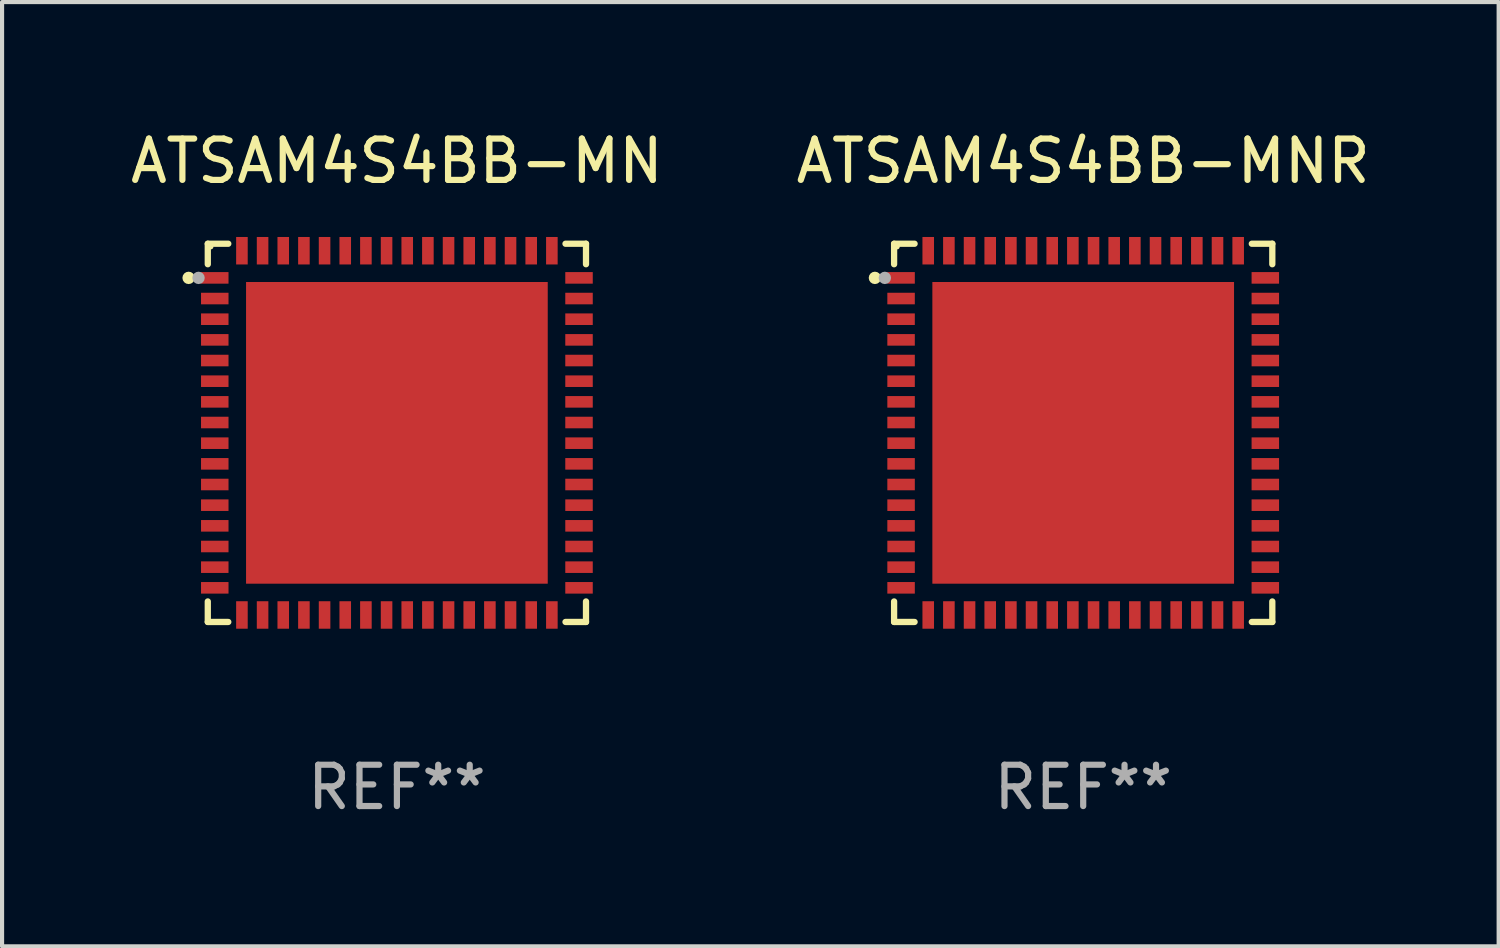
<source format=kicad_pcb>
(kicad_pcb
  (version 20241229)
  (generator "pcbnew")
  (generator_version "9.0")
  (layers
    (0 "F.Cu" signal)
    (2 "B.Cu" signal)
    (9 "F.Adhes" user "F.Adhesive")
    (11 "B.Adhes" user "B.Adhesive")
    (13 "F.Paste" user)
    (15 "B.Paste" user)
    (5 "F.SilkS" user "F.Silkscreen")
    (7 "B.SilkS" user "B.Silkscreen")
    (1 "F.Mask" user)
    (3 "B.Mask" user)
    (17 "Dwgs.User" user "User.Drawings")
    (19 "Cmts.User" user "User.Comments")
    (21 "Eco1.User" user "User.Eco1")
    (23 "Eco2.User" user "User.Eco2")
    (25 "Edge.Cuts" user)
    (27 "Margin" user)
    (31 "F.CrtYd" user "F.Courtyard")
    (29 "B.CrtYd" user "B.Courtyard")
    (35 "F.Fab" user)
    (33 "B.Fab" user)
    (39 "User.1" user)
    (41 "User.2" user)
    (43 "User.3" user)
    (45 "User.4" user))
  (footprint "ATSAM4S4BB-MNR"
    (layer "F.Cu")
    (at 23.161 7.424)
    (property "Reference" "ATSAM4S4BB-MNR" (at 0 -6.576 0) (layer "F.SilkS") (effects (font (size 1 1) (thickness 0.15))))
    (attr through_hole)
    (fp_line (start -4.576 -4.576) (end -4.576 -4.08) (stroke (width 0.152) (type solid)) (layer "F.SilkS"))
    (fp_line (start -4.576 4.576) (end -4.576 4.08) (stroke (width 0.152) (type solid)) (layer "F.SilkS"))
    (fp_line (start -4.08 -4.576) (end -4.576 -4.576) (stroke (width 0.152) (type solid)) (layer "F.SilkS"))
    (fp_line (start -4.08 4.576) (end -4.576 4.576) (stroke (width 0.152) (type solid)) (layer "F.SilkS"))
    (fp_line (start 4.08 -4.576) (end 4.576 -4.576) (stroke (width 0.152) (type solid)) (layer "F.SilkS"))
    (fp_line (start 4.08 4.576) (end 4.576 4.576) (stroke (width 0.152) (type solid)) (layer "F.SilkS"))
    (fp_line (start 4.576 -4.576) (end 4.576 -4.08) (stroke (width 0.152) (type solid)) (layer "F.SilkS"))
    (fp_line (start 4.576 4.576) (end 4.576 4.08) (stroke (width 0.152) (type solid)) (layer "F.SilkS"))
    (fp_circle (center -5.04 -3.75) (end -4.965 -3.75) (stroke (width 0.15) (type solid)) (fill no) (layer "F.SilkS"))
    (fp_circle (center -4.5 -4.5) (end -4.47 -4.5) (stroke (width 0.06) (type solid)) (fill no) (layer "F.SilkS"))
    (fp_circle (center -4.8 -3.75) (end -4.725 -3.75) (stroke (width 0.15) (type solid)) (fill no) (layer "F.Fab"))
    (fp_text user "REF**" (at 0 8.576 0) (layer "F.Fab") (effects (font (size 1 1) (thickness 0.15))))
    (pad "1" smd rect (at -4.407 -3.75) (size 0.665 0.28) (layers "F.Cu" "F.Mask" "F.Paste"))
    (pad "2" smd rect (at -4.407 -3.25) (size 0.665 0.28) (layers "F.Cu" "F.Mask" "F.Paste"))
    (pad "3" smd rect (at -4.407 -2.75) (size 0.665 0.28) (layers "F.Cu" "F.Mask" "F.Paste"))
    (pad "4" smd rect (at -4.407 -2.25) (size 0.665 0.28) (layers "F.Cu" "F.Mask" "F.Paste"))
    (pad "5" smd rect (at -4.407 -1.75) (size 0.665 0.28) (layers "F.Cu" "F.Mask" "F.Paste"))
    (pad "6" smd rect (at -4.407 -1.25) (size 0.665 0.28) (layers "F.Cu" "F.Mask" "F.Paste"))
    (pad "7" smd rect (at -4.407 -0.75) (size 0.665 0.28) (layers "F.Cu" "F.Mask" "F.Paste"))
    (pad "8" smd rect (at -4.407 -0.25) (size 0.665 0.28) (layers "F.Cu" "F.Mask" "F.Paste"))
    (pad "9" smd rect (at -4.407 0.25) (size 0.665 0.28) (layers "F.Cu" "F.Mask" "F.Paste"))
    (pad "10" smd rect (at -4.407 0.75) (size 0.665 0.28) (layers "F.Cu" "F.Mask" "F.Paste"))
    (pad "11" smd rect (at -4.407 1.25) (size 0.665 0.28) (layers "F.Cu" "F.Mask" "F.Paste"))
    (pad "12" smd rect (at -4.407 1.75) (size 0.665 0.28) (layers "F.Cu" "F.Mask" "F.Paste"))
    (pad "13" smd rect (at -4.407 2.25) (size 0.665 0.28) (layers "F.Cu" "F.Mask" "F.Paste"))
    (pad "14" smd rect (at -4.407 2.75) (size 0.665 0.28) (layers "F.Cu" "F.Mask" "F.Paste"))
    (pad "15" smd rect (at -4.407 3.25) (size 0.665 0.28) (layers "F.Cu" "F.Mask" "F.Paste"))
    (pad "16" smd rect (at -4.407 3.75) (size 0.665 0.28) (layers "F.Cu" "F.Mask" "F.Paste"))
    (pad "17" smd rect (at -3.75 4.407) (size 0.28 0.665) (layers "F.Cu" "F.Mask" "F.Paste"))
    (pad "18" smd rect (at -3.25 4.407) (size 0.28 0.665) (layers "F.Cu" "F.Mask" "F.Paste"))
    (pad "19" smd rect (at -2.75 4.407) (size 0.28 0.665) (layers "F.Cu" "F.Mask" "F.Paste"))
    (pad "20" smd rect (at -2.25 4.407) (size 0.28 0.665) (layers "F.Cu" "F.Mask" "F.Paste"))
    (pad "21" smd rect (at -1.75 4.407) (size 0.28 0.665) (layers "F.Cu" "F.Mask" "F.Paste"))
    (pad "22" smd rect (at -1.25 4.407) (size 0.28 0.665) (layers "F.Cu" "F.Mask" "F.Paste"))
    (pad "23" smd rect (at -0.75 4.407) (size 0.28 0.665) (layers "F.Cu" "F.Mask" "F.Paste"))
    (pad "24" smd rect (at -0.25 4.407) (size 0.28 0.665) (layers "F.Cu" "F.Mask" "F.Paste"))
    (pad "25" smd rect (at 0.25 4.407) (size 0.28 0.665) (layers "F.Cu" "F.Mask" "F.Paste"))
    (pad "26" smd rect (at 0.75 4.407) (size 0.28 0.665) (layers "F.Cu" "F.Mask" "F.Paste"))
    (pad "27" smd rect (at 1.25 4.407) (size 0.28 0.665) (layers "F.Cu" "F.Mask" "F.Paste"))
    (pad "28" smd rect (at 1.75 4.407) (size 0.28 0.665) (layers "F.Cu" "F.Mask" "F.Paste"))
    (pad "29" smd rect (at 2.25 4.407) (size 0.28 0.665) (layers "F.Cu" "F.Mask" "F.Paste"))
    (pad "30" smd rect (at 2.75 4.407) (size 0.28 0.665) (layers "F.Cu" "F.Mask" "F.Paste"))
    (pad "31" smd rect (at 3.25 4.407) (size 0.28 0.665) (layers "F.Cu" "F.Mask" "F.Paste"))
    (pad "32" smd rect (at 3.75 4.407) (size 0.28 0.665) (layers "F.Cu" "F.Mask" "F.Paste"))
    (pad "33" smd rect (at 4.407 3.75) (size 0.665 0.28) (layers "F.Cu" "F.Mask" "F.Paste"))
    (pad "34" smd rect (at 4.407 3.25) (size 0.665 0.28) (layers "F.Cu" "F.Mask" "F.Paste"))
    (pad "35" smd rect (at 4.407 2.75) (size 0.665 0.28) (layers "F.Cu" "F.Mask" "F.Paste"))
    (pad "36" smd rect (at 4.407 2.25) (size 0.665 0.28) (layers "F.Cu" "F.Mask" "F.Paste"))
    (pad "37" smd rect (at 4.407 1.75) (size 0.665 0.28) (layers "F.Cu" "F.Mask" "F.Paste"))
    (pad "38" smd rect (at 4.407 1.25) (size 0.665 0.28) (layers "F.Cu" "F.Mask" "F.Paste"))
    (pad "39" smd rect (at 4.407 0.75) (size 0.665 0.28) (layers "F.Cu" "F.Mask" "F.Paste"))
    (pad "40" smd rect (at 4.407 0.25) (size 0.665 0.28) (layers "F.Cu" "F.Mask" "F.Paste"))
    (pad "41" smd rect (at 4.407 -0.25) (size 0.665 0.28) (layers "F.Cu" "F.Mask" "F.Paste"))
    (pad "42" smd rect (at 4.407 -0.75) (size 0.665 0.28) (layers "F.Cu" "F.Mask" "F.Paste"))
    (pad "43" smd rect (at 4.407 -1.25) (size 0.665 0.28) (layers "F.Cu" "F.Mask" "F.Paste"))
    (pad "44" smd rect (at 4.407 -1.75) (size 0.665 0.28) (layers "F.Cu" "F.Mask" "F.Paste"))
    (pad "45" smd rect (at 4.407 -2.25) (size 0.665 0.28) (layers "F.Cu" "F.Mask" "F.Paste"))
    (pad "46" smd rect (at 4.407 -2.75) (size 0.665 0.28) (layers "F.Cu" "F.Mask" "F.Paste"))
    (pad "47" smd rect (at 4.407 -3.25) (size 0.665 0.28) (layers "F.Cu" "F.Mask" "F.Paste"))
    (pad "48" smd rect (at 4.407 -3.75) (size 0.665 0.28) (layers "F.Cu" "F.Mask" "F.Paste"))
    (pad "49" smd rect (at 3.75 -4.407) (size 0.28 0.665) (layers "F.Cu" "F.Mask" "F.Paste"))
    (pad "50" smd rect (at 3.25 -4.407) (size 0.28 0.665) (layers "F.Cu" "F.Mask" "F.Paste"))
    (pad "51" smd rect (at 2.75 -4.407) (size 0.28 0.665) (layers "F.Cu" "F.Mask" "F.Paste"))
    (pad "52" smd rect (at 2.25 -4.407) (size 0.28 0.665) (layers "F.Cu" "F.Mask" "F.Paste"))
    (pad "53" smd rect (at 1.75 -4.407) (size 0.28 0.665) (layers "F.Cu" "F.Mask" "F.Paste"))
    (pad "54" smd rect (at 1.25 -4.407) (size 0.28 0.665) (layers "F.Cu" "F.Mask" "F.Paste"))
    (pad "55" smd rect (at 0.75 -4.407) (size 0.28 0.665) (layers "F.Cu" "F.Mask" "F.Paste"))
    (pad "56" smd rect (at 0.25 -4.407) (size 0.28 0.665) (layers "F.Cu" "F.Mask" "F.Paste"))
    (pad "57" smd rect (at -0.25 -4.407) (size 0.28 0.665) (layers "F.Cu" "F.Mask" "F.Paste"))
    (pad "58" smd rect (at -0.75 -4.407) (size 0.28 0.665) (layers "F.Cu" "F.Mask" "F.Paste"))
    (pad "59" smd rect (at -1.25 -4.407) (size 0.28 0.665) (layers "F.Cu" "F.Mask" "F.Paste"))
    (pad "60" smd rect (at -1.75 -4.407) (size 0.28 0.665) (layers "F.Cu" "F.Mask" "F.Paste"))
    (pad "61" smd rect (at -2.25 -4.407) (size 0.28 0.665) (layers "F.Cu" "F.Mask" "F.Paste"))
    (pad "62" smd rect (at -2.75 -4.407) (size 0.28 0.665) (layers "F.Cu" "F.Mask" "F.Paste"))
    (pad "63" smd rect (at -3.25 -4.407) (size 0.28 0.665) (layers "F.Cu" "F.Mask" "F.Paste"))
    (pad "64" smd rect (at -3.75 -4.407) (size 0.28 0.665) (layers "F.Cu" "F.Mask" "F.Paste"))
    (pad "65" smd rect (at 0 0) (size 7.3 7.3) (layers "F.Cu" "F.Mask" "F.Paste")))
  (footprint "ATSAM4S4BB-MN"
    (layer "F.Cu")
    (at 6.554 7.424)
    (property "Reference" "ATSAM4S4BB-MN" (at 0 -6.576 0) (layer "F.SilkS") (effects (font (size 1 1) (thickness 0.15))))
    (attr through_hole)
    (fp_line (start -4.576 -4.576) (end -4.576 -4.08) (stroke (width 0.152) (type solid)) (layer "F.SilkS"))
    (fp_line (start -4.576 4.576) (end -4.576 4.08) (stroke (width 0.152) (type solid)) (layer "F.SilkS"))
    (fp_line (start -4.08 -4.576) (end -4.576 -4.576) (stroke (width 0.152) (type solid)) (layer "F.SilkS"))
    (fp_line (start -4.08 4.576) (end -4.576 4.576) (stroke (width 0.152) (type solid)) (layer "F.SilkS"))
    (fp_line (start 4.08 -4.576) (end 4.576 -4.576) (stroke (width 0.152) (type solid)) (layer "F.SilkS"))
    (fp_line (start 4.08 4.576) (end 4.576 4.576) (stroke (width 0.152) (type solid)) (layer "F.SilkS"))
    (fp_line (start 4.576 -4.576) (end 4.576 -4.08) (stroke (width 0.152) (type solid)) (layer "F.SilkS"))
    (fp_line (start 4.576 4.576) (end 4.576 4.08) (stroke (width 0.152) (type solid)) (layer "F.SilkS"))
    (fp_circle (center -5.04 -3.75) (end -4.965 -3.75) (stroke (width 0.15) (type solid)) (fill no) (layer "F.SilkS"))
    (fp_circle (center -4.5 -4.5) (end -4.47 -4.5) (stroke (width 0.06) (type solid)) (fill no) (layer "F.SilkS"))
    (fp_circle (center -4.8 -3.75) (end -4.725 -3.75) (stroke (width 0.15) (type solid)) (fill no) (layer "F.Fab"))
    (fp_text user "REF**" (at 0 8.576 0) (layer "F.Fab") (effects (font (size 1 1) (thickness 0.15))))
    (pad "1" smd rect (at -4.407 -3.75) (size 0.665 0.28) (layers "F.Cu" "F.Mask" "F.Paste"))
    (pad "2" smd rect (at -4.407 -3.25) (size 0.665 0.28) (layers "F.Cu" "F.Mask" "F.Paste"))
    (pad "3" smd rect (at -4.407 -2.75) (size 0.665 0.28) (layers "F.Cu" "F.Mask" "F.Paste"))
    (pad "4" smd rect (at -4.407 -2.25) (size 0.665 0.28) (layers "F.Cu" "F.Mask" "F.Paste"))
    (pad "5" smd rect (at -4.407 -1.75) (size 0.665 0.28) (layers "F.Cu" "F.Mask" "F.Paste"))
    (pad "6" smd rect (at -4.407 -1.25) (size 0.665 0.28) (layers "F.Cu" "F.Mask" "F.Paste"))
    (pad "7" smd rect (at -4.407 -0.75) (size 0.665 0.28) (layers "F.Cu" "F.Mask" "F.Paste"))
    (pad "8" smd rect (at -4.407 -0.25) (size 0.665 0.28) (layers "F.Cu" "F.Mask" "F.Paste"))
    (pad "9" smd rect (at -4.407 0.25) (size 0.665 0.28) (layers "F.Cu" "F.Mask" "F.Paste"))
    (pad "10" smd rect (at -4.407 0.75) (size 0.665 0.28) (layers "F.Cu" "F.Mask" "F.Paste"))
    (pad "11" smd rect (at -4.407 1.25) (size 0.665 0.28) (layers "F.Cu" "F.Mask" "F.Paste"))
    (pad "12" smd rect (at -4.407 1.75) (size 0.665 0.28) (layers "F.Cu" "F.Mask" "F.Paste"))
    (pad "13" smd rect (at -4.407 2.25) (size 0.665 0.28) (layers "F.Cu" "F.Mask" "F.Paste"))
    (pad "14" smd rect (at -4.407 2.75) (size 0.665 0.28) (layers "F.Cu" "F.Mask" "F.Paste"))
    (pad "15" smd rect (at -4.407 3.25) (size 0.665 0.28) (layers "F.Cu" "F.Mask" "F.Paste"))
    (pad "16" smd rect (at -4.407 3.75) (size 0.665 0.28) (layers "F.Cu" "F.Mask" "F.Paste"))
    (pad "17" smd rect (at -3.75 4.407) (size 0.28 0.665) (layers "F.Cu" "F.Mask" "F.Paste"))
    (pad "18" smd rect (at -3.25 4.407) (size 0.28 0.665) (layers "F.Cu" "F.Mask" "F.Paste"))
    (pad "19" smd rect (at -2.75 4.407) (size 0.28 0.665) (layers "F.Cu" "F.Mask" "F.Paste"))
    (pad "20" smd rect (at -2.25 4.407) (size 0.28 0.665) (layers "F.Cu" "F.Mask" "F.Paste"))
    (pad "21" smd rect (at -1.75 4.407) (size 0.28 0.665) (layers "F.Cu" "F.Mask" "F.Paste"))
    (pad "22" smd rect (at -1.25 4.407) (size 0.28 0.665) (layers "F.Cu" "F.Mask" "F.Paste"))
    (pad "23" smd rect (at -0.75 4.407) (size 0.28 0.665) (layers "F.Cu" "F.Mask" "F.Paste"))
    (pad "24" smd rect (at -0.25 4.407) (size 0.28 0.665) (layers "F.Cu" "F.Mask" "F.Paste"))
    (pad "25" smd rect (at 0.25 4.407) (size 0.28 0.665) (layers "F.Cu" "F.Mask" "F.Paste"))
    (pad "26" smd rect (at 0.75 4.407) (size 0.28 0.665) (layers "F.Cu" "F.Mask" "F.Paste"))
    (pad "27" smd rect (at 1.25 4.407) (size 0.28 0.665) (layers "F.Cu" "F.Mask" "F.Paste"))
    (pad "28" smd rect (at 1.75 4.407) (size 0.28 0.665) (layers "F.Cu" "F.Mask" "F.Paste"))
    (pad "29" smd rect (at 2.25 4.407) (size 0.28 0.665) (layers "F.Cu" "F.Mask" "F.Paste"))
    (pad "30" smd rect (at 2.75 4.407) (size 0.28 0.665) (layers "F.Cu" "F.Mask" "F.Paste"))
    (pad "31" smd rect (at 3.25 4.407) (size 0.28 0.665) (layers "F.Cu" "F.Mask" "F.Paste"))
    (pad "32" smd rect (at 3.75 4.407) (size 0.28 0.665) (layers "F.Cu" "F.Mask" "F.Paste"))
    (pad "33" smd rect (at 4.407 3.75) (size 0.665 0.28) (layers "F.Cu" "F.Mask" "F.Paste"))
    (pad "34" smd rect (at 4.407 3.25) (size 0.665 0.28) (layers "F.Cu" "F.Mask" "F.Paste"))
    (pad "35" smd rect (at 4.407 2.75) (size 0.665 0.28) (layers "F.Cu" "F.Mask" "F.Paste"))
    (pad "36" smd rect (at 4.407 2.25) (size 0.665 0.28) (layers "F.Cu" "F.Mask" "F.Paste"))
    (pad "37" smd rect (at 4.407 1.75) (size 0.665 0.28) (layers "F.Cu" "F.Mask" "F.Paste"))
    (pad "38" smd rect (at 4.407 1.25) (size 0.665 0.28) (layers "F.Cu" "F.Mask" "F.Paste"))
    (pad "39" smd rect (at 4.407 0.75) (size 0.665 0.28) (layers "F.Cu" "F.Mask" "F.Paste"))
    (pad "40" smd rect (at 4.407 0.25) (size 0.665 0.28) (layers "F.Cu" "F.Mask" "F.Paste"))
    (pad "41" smd rect (at 4.407 -0.25) (size 0.665 0.28) (layers "F.Cu" "F.Mask" "F.Paste"))
    (pad "42" smd rect (at 4.407 -0.75) (size 0.665 0.28) (layers "F.Cu" "F.Mask" "F.Paste"))
    (pad "43" smd rect (at 4.407 -1.25) (size 0.665 0.28) (layers "F.Cu" "F.Mask" "F.Paste"))
    (pad "44" smd rect (at 4.407 -1.75) (size 0.665 0.28) (layers "F.Cu" "F.Mask" "F.Paste"))
    (pad "45" smd rect (at 4.407 -2.25) (size 0.665 0.28) (layers "F.Cu" "F.Mask" "F.Paste"))
    (pad "46" smd rect (at 4.407 -2.75) (size 0.665 0.28) (layers "F.Cu" "F.Mask" "F.Paste"))
    (pad "47" smd rect (at 4.407 -3.25) (size 0.665 0.28) (layers "F.Cu" "F.Mask" "F.Paste"))
    (pad "48" smd rect (at 4.407 -3.75) (size 0.665 0.28) (layers "F.Cu" "F.Mask" "F.Paste"))
    (pad "49" smd rect (at 3.75 -4.407) (size 0.28 0.665) (layers "F.Cu" "F.Mask" "F.Paste"))
    (pad "50" smd rect (at 3.25 -4.407) (size 0.28 0.665) (layers "F.Cu" "F.Mask" "F.Paste"))
    (pad "51" smd rect (at 2.75 -4.407) (size 0.28 0.665) (layers "F.Cu" "F.Mask" "F.Paste"))
    (pad "52" smd rect (at 2.25 -4.407) (size 0.28 0.665) (layers "F.Cu" "F.Mask" "F.Paste"))
    (pad "53" smd rect (at 1.75 -4.407) (size 0.28 0.665) (layers "F.Cu" "F.Mask" "F.Paste"))
    (pad "54" smd rect (at 1.25 -4.407) (size 0.28 0.665) (layers "F.Cu" "F.Mask" "F.Paste"))
    (pad "55" smd rect (at 0.75 -4.407) (size 0.28 0.665) (layers "F.Cu" "F.Mask" "F.Paste"))
    (pad "56" smd rect (at 0.25 -4.407) (size 0.28 0.665) (layers "F.Cu" "F.Mask" "F.Paste"))
    (pad "57" smd rect (at -0.25 -4.407) (size 0.28 0.665) (layers "F.Cu" "F.Mask" "F.Paste"))
    (pad "58" smd rect (at -0.75 -4.407) (size 0.28 0.665) (layers "F.Cu" "F.Mask" "F.Paste"))
    (pad "59" smd rect (at -1.25 -4.407) (size 0.28 0.665) (layers "F.Cu" "F.Mask" "F.Paste"))
    (pad "60" smd rect (at -1.75 -4.407) (size 0.28 0.665) (layers "F.Cu" "F.Mask" "F.Paste"))
    (pad "61" smd rect (at -2.25 -4.407) (size 0.28 0.665) (layers "F.Cu" "F.Mask" "F.Paste"))
    (pad "62" smd rect (at -2.75 -4.407) (size 0.28 0.665) (layers "F.Cu" "F.Mask" "F.Paste"))
    (pad "63" smd rect (at -3.25 -4.407) (size 0.28 0.665) (layers "F.Cu" "F.Mask" "F.Paste"))
    (pad "64" smd rect (at -3.75 -4.407) (size 0.28 0.665) (layers "F.Cu" "F.Mask" "F.Paste"))
    (pad "65" smd rect (at 0 0) (size 7.3 7.3) (layers "F.Cu" "F.Mask" "F.Paste")))
  (gr_rect
    (start -3 -3)
    (end 33.214 19.849)
    (stroke (width 0.1) (type default))
    (fill no)
    (layer "Edge.Cuts")))
</source>
